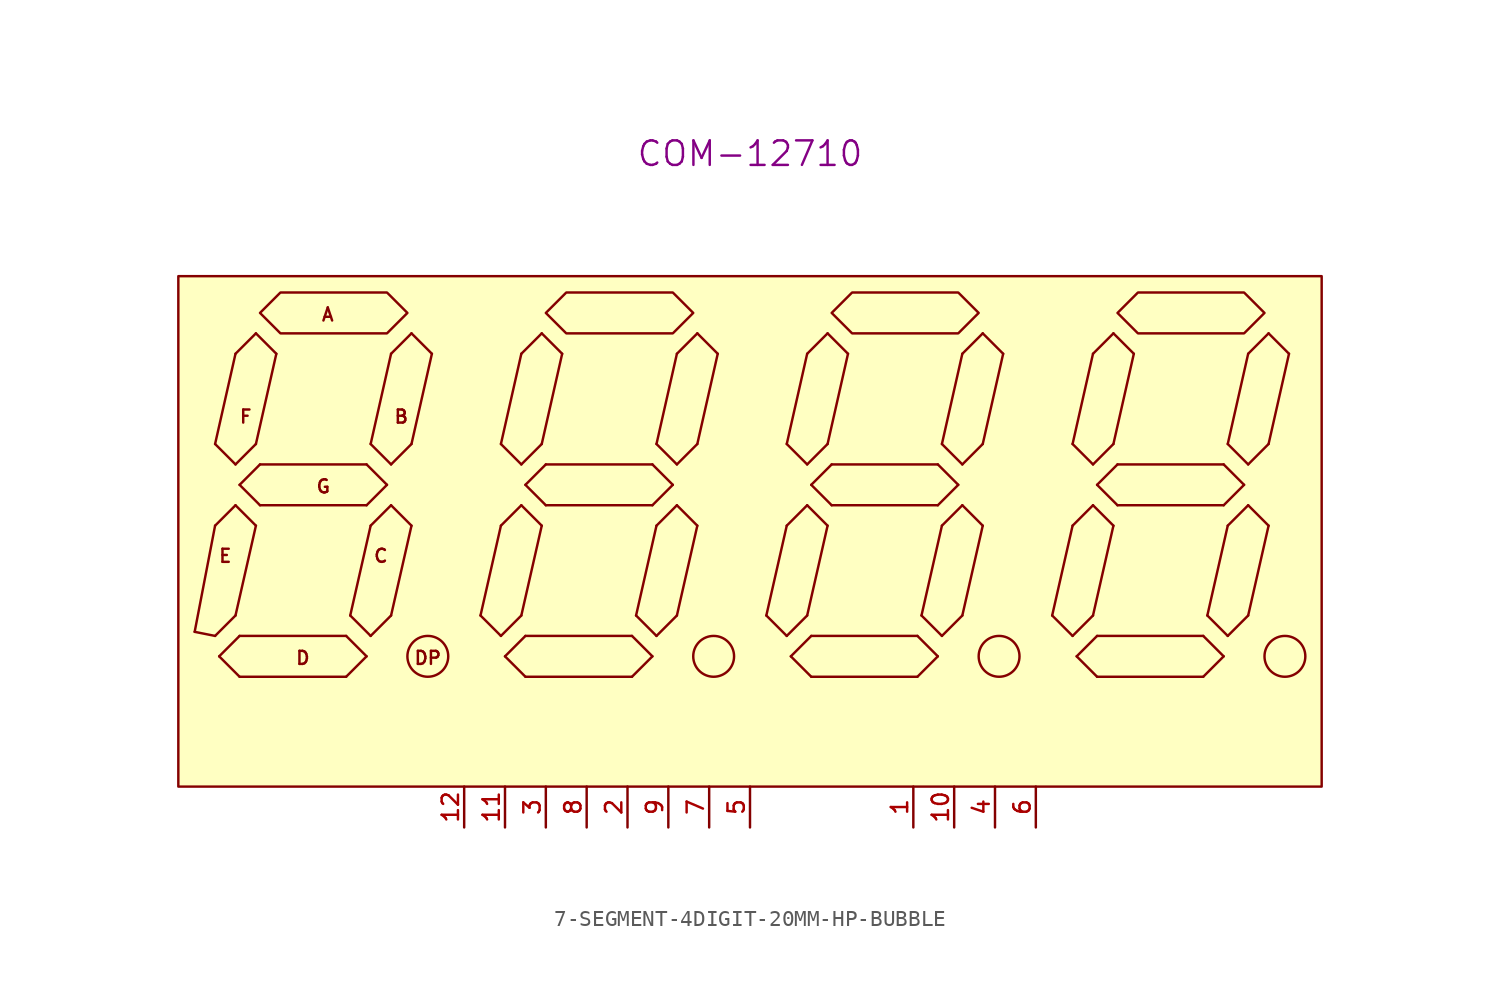
<source format=kicad_sym>
(kicad_symbol_lib
  (version 20211014)
  (generator kicad_symbol_editor)
  (symbol "7-SEGMENT-4DIGIT-20MM-HP-BUBBLE"
    (pin_names
      (offset 1.016) hide)
    (property "Reference" "DISP"
      (at 0 20.32 0)
      (effects (font (size 1.143 1.143)) hide))
    (property "Field4" "COM-12710"
      (at 0 24.13 0)
      (effects (font (size 1.524 1.524))))
    (property "ki_locked" ""
      (at 0 0 0)
      (effects (font (size 1.27 1.27))))
    (symbol "7-SEGMENT-4DIGIT-20MM-HP-BUBBLE_1_0"
      (polyline (pts (xy -34.544 -5.613) (xy -33.274 -5.867)) (stroke (width 0) (type default) (color 0 0 0 0)) (fill (type none)))
      (polyline (pts (xy -33.274 -5.867) (xy -32.004 -4.597)) (stroke (width 0) (type default) (color 0 0 0 0)) (fill (type none)))
      (polyline (pts (xy -33.274 0.991) (xy -34.544 -5.613)) (stroke (width 0) (type default) (color 0 0 0 0)) (fill (type none)))
      (polyline (pts (xy -33.274 6.071) (xy -32.004 4.801)) (stroke (width 0) (type default) (color 0 0 0 0)) (fill (type none)))
      (polyline (pts (xy -33.02 -7.137) (xy -31.75 -8.407)) (stroke (width 0) (type default) (color 0 0 0 0)) (fill (type none)))
      (polyline (pts (xy -33.02 -7.137) (xy -31.75 -5.867)) (stroke (width 0) (type default) (color 0 0 0 0)) (fill (type none)))
      (polyline (pts (xy -32.004 -4.597) (xy -30.734 0.991)) (stroke (width 0) (type default) (color 0 0 0 0)) (fill (type none)))
      (polyline (pts (xy -32.004 2.261) (xy -33.274 0.991)) (stroke (width 0) (type default) (color 0 0 0 0)) (fill (type none)))
      (polyline (pts (xy -32.004 2.261) (xy -30.734 0.991)) (stroke (width 0) (type default) (color 0 0 0 0)) (fill (type none)))
      (polyline (pts (xy -32.004 4.801) (xy -30.734 6.071)) (stroke (width 0) (type default) (color 0 0 0 0)) (fill (type none)))
      (polyline (pts (xy -32.004 11.684) (xy -33.274 6.071)) (stroke (width 0) (type default) (color 0 0 0 0)) (fill (type none)))
      (polyline (pts (xy -31.75 -8.407) (xy -25.121 -8.407)) (stroke (width 0) (type default) (color 0 0 0 0)) (fill (type none)))
      (polyline (pts (xy -31.75 3.531) (xy -30.48 2.261)) (stroke (width 0) (type default) (color 0 0 0 0)) (fill (type none)))
      (polyline (pts (xy -31.75 3.531) (xy -30.48 4.801)) (stroke (width 0) (type default) (color 0 0 0 0)) (fill (type none)))
      (polyline (pts (xy -30.734 6.071) (xy -29.464 11.684)) (stroke (width 0) (type default) (color 0 0 0 0)) (fill (type none)))
      (polyline (pts (xy -30.734 12.954) (xy -32.004 11.684)) (stroke (width 0) (type default) (color 0 0 0 0)) (fill (type none)))
      (polyline (pts (xy -30.734 12.954) (xy -29.464 11.684)) (stroke (width 0) (type default) (color 0 0 0 0)) (fill (type none)))
      (polyline (pts (xy -30.48 2.261) (xy -23.851 2.261)) (stroke (width 0) (type default) (color 0 0 0 0)) (fill (type none)))
      (polyline (pts (xy -25.121 -8.407) (xy -23.851 -7.137)) (stroke (width 0) (type default) (color 0 0 0 0)) (fill (type none)))
      (polyline (pts (xy -25.121 -5.867) (xy -31.75 -5.867)) (stroke (width 0) (type default) (color 0 0 0 0)) (fill (type none)))
      (polyline (pts (xy -24.867 -4.597) (xy -23.597 -5.867)) (stroke (width 0) (type default) (color 0 0 0 0)) (fill (type none)))
      (polyline (pts (xy -23.851 -7.137) (xy -25.121 -5.867)) (stroke (width 0) (type default) (color 0 0 0 0)) (fill (type none)))
      (polyline (pts (xy -23.851 2.261) (xy -22.581 3.531)) (stroke (width 0) (type default) (color 0 0 0 0)) (fill (type none)))
      (polyline (pts (xy -23.851 4.801) (xy -30.48 4.801)) (stroke (width 0) (type default) (color 0 0 0 0)) (fill (type none)))
      (polyline (pts (xy -23.597 -5.867) (xy -22.327 -4.597)) (stroke (width 0) (type default) (color 0 0 0 0)) (fill (type none)))
      (polyline (pts (xy -23.597 0.991) (xy -24.867 -4.597)) (stroke (width 0) (type default) (color 0 0 0 0)) (fill (type none)))
      (polyline (pts (xy -23.597 6.071) (xy -22.327 4.801)) (stroke (width 0) (type default) (color 0 0 0 0)) (fill (type none)))
      (polyline (pts (xy -22.581 3.531) (xy -23.851 4.801)) (stroke (width 0) (type default) (color 0 0 0 0)) (fill (type none)))
      (polyline (pts (xy -22.327 -4.597) (xy -21.057 0.991)) (stroke (width 0) (type default) (color 0 0 0 0)) (fill (type none)))
      (polyline (pts (xy -22.327 2.261) (xy -23.597 0.991)) (stroke (width 0) (type default) (color 0 0 0 0)) (fill (type none)))
      (polyline (pts (xy -22.327 2.261) (xy -21.057 0.991)) (stroke (width 0) (type default) (color 0 0 0 0)) (fill (type none)))
      (polyline (pts (xy -22.327 4.801) (xy -21.057 6.071)) (stroke (width 0) (type default) (color 0 0 0 0)) (fill (type none)))
      (polyline (pts (xy -22.327 11.684) (xy -23.597 6.071)) (stroke (width 0) (type default) (color 0 0 0 0)) (fill (type none)))
      (polyline (pts (xy -21.057 6.071) (xy -19.787 11.684)) (stroke (width 0) (type default) (color 0 0 0 0)) (fill (type none)))
      (polyline (pts (xy -21.057 12.954) (xy -22.327 11.684)) (stroke (width 0) (type default) (color 0 0 0 0)) (fill (type none)))
      (polyline (pts (xy -21.057 12.954) (xy -19.787 11.684)) (stroke (width 0) (type default) (color 0 0 0 0)) (fill (type none)))
      (polyline (pts (xy -16.764 -4.597) (xy -15.494 -5.867)) (stroke (width 0) (type default) (color 0 0 0 0)) (fill (type none)))
      (polyline (pts (xy -15.494 -5.867) (xy -14.224 -4.597)) (stroke (width 0) (type default) (color 0 0 0 0)) (fill (type none)))
      (polyline (pts (xy -15.494 0.991) (xy -16.764 -4.597)) (stroke (width 0) (type default) (color 0 0 0 0)) (fill (type none)))
      (polyline (pts (xy -15.494 6.071) (xy -14.224 4.801)) (stroke (width 0) (type default) (color 0 0 0 0)) (fill (type none)))
      (polyline (pts (xy -15.24 -7.137) (xy -13.97 -8.407)) (stroke (width 0) (type default) (color 0 0 0 0)) (fill (type none)))
      (polyline (pts (xy -15.24 -7.137) (xy -13.97 -5.867)) (stroke (width 0) (type default) (color 0 0 0 0)) (fill (type none)))
      (polyline (pts (xy -14.224 -4.597) (xy -12.954 0.991)) (stroke (width 0) (type default) (color 0 0 0 0)) (fill (type none)))
      (polyline (pts (xy -14.224 2.261) (xy -15.494 0.991)) (stroke (width 0) (type default) (color 0 0 0 0)) (fill (type none)))
      (polyline (pts (xy -14.224 2.261) (xy -12.954 0.991)) (stroke (width 0) (type default) (color 0 0 0 0)) (fill (type none)))
      (polyline (pts (xy -14.224 4.801) (xy -12.954 6.071)) (stroke (width 0) (type default) (color 0 0 0 0)) (fill (type none)))
      (polyline (pts (xy -14.224 11.684) (xy -15.494 6.071)) (stroke (width 0) (type default) (color 0 0 0 0)) (fill (type none)))
      (polyline (pts (xy -13.97 -8.407) (xy -7.341 -8.407)) (stroke (width 0) (type default) (color 0 0 0 0)) (fill (type none)))
      (polyline (pts (xy -13.97 3.531) (xy -12.7 2.261)) (stroke (width 0) (type default) (color 0 0 0 0)) (fill (type none)))
      (polyline (pts (xy -13.97 3.531) (xy -12.7 4.801)) (stroke (width 0) (type default) (color 0 0 0 0)) (fill (type none)))
      (polyline (pts (xy -12.954 6.071) (xy -11.684 11.684)) (stroke (width 0) (type default) (color 0 0 0 0)) (fill (type none)))
      (polyline (pts (xy -12.954 12.954) (xy -14.224 11.684)) (stroke (width 0) (type default) (color 0 0 0 0)) (fill (type none)))
      (polyline (pts (xy -12.954 12.954) (xy -11.684 11.684)) (stroke (width 0) (type default) (color 0 0 0 0)) (fill (type none)))
      (polyline (pts (xy -12.7 2.261) (xy -6.071 2.261)) (stroke (width 0) (type default) (color 0 0 0 0)) (fill (type none)))
      (polyline (pts (xy -7.341 -8.407) (xy -6.071 -7.137)) (stroke (width 0) (type default) (color 0 0 0 0)) (fill (type none)))
      (polyline (pts (xy -7.341 -5.867) (xy -13.97 -5.867)) (stroke (width 0) (type default) (color 0 0 0 0)) (fill (type none)))
      (polyline (pts (xy -7.087 -4.597) (xy -5.817 -5.867)) (stroke (width 0) (type default) (color 0 0 0 0)) (fill (type none)))
      (polyline (pts (xy -6.071 -7.137) (xy -7.341 -5.867)) (stroke (width 0) (type default) (color 0 0 0 0)) (fill (type none)))
      (polyline (pts (xy -6.071 2.261) (xy -4.801 3.531)) (stroke (width 0) (type default) (color 0 0 0 0)) (fill (type none)))
      (polyline (pts (xy -6.071 4.801) (xy -12.7 4.801)) (stroke (width 0) (type default) (color 0 0 0 0)) (fill (type none)))
      (polyline (pts (xy -5.817 -5.867) (xy -4.547 -4.597)) (stroke (width 0) (type default) (color 0 0 0 0)) (fill (type none)))
      (polyline (pts (xy -5.817 0.991) (xy -7.087 -4.597)) (stroke (width 0) (type default) (color 0 0 0 0)) (fill (type none)))
      (polyline (pts (xy -5.817 6.071) (xy -4.547 4.801)) (stroke (width 0) (type default) (color 0 0 0 0)) (fill (type none)))
      (polyline (pts (xy -4.801 3.531) (xy -6.071 4.801)) (stroke (width 0) (type default) (color 0 0 0 0)) (fill (type none)))
      (polyline (pts (xy -4.547 -4.597) (xy -3.277 0.991)) (stroke (width 0) (type default) (color 0 0 0 0)) (fill (type none)))
      (polyline (pts (xy -4.547 2.261) (xy -5.817 0.991)) (stroke (width 0) (type default) (color 0 0 0 0)) (fill (type none)))
      (polyline (pts (xy -4.547 2.261) (xy -3.277 0.991)) (stroke (width 0) (type default) (color 0 0 0 0)) (fill (type none)))
      (polyline (pts (xy -4.547 4.801) (xy -3.277 6.071)) (stroke (width 0) (type default) (color 0 0 0 0)) (fill (type none)))
      (polyline (pts (xy -4.547 11.684) (xy -5.817 6.071)) (stroke (width 0) (type default) (color 0 0 0 0)) (fill (type none)))
      (polyline (pts (xy -3.277 6.071) (xy -2.007 11.684)) (stroke (width 0) (type default) (color 0 0 0 0)) (fill (type none)))
      (polyline (pts (xy -3.277 12.954) (xy -4.547 11.684)) (stroke (width 0) (type default) (color 0 0 0 0)) (fill (type none)))
      (polyline (pts (xy -3.277 12.954) (xy -2.007 11.684)) (stroke (width 0) (type default) (color 0 0 0 0)) (fill (type none)))
      (polyline (pts (xy 1.016 -4.597) (xy 2.286 -5.867)) (stroke (width 0) (type default) (color 0 0 0 0)) (fill (type none)))
      (polyline (pts (xy 2.286 -5.867) (xy 3.556 -4.597)) (stroke (width 0) (type default) (color 0 0 0 0)) (fill (type none)))
      (polyline (pts (xy 2.286 0.991) (xy 1.016 -4.597)) (stroke (width 0) (type default) (color 0 0 0 0)) (fill (type none)))
      (polyline (pts (xy 2.286 6.071) (xy 3.556 4.801)) (stroke (width 0) (type default) (color 0 0 0 0)) (fill (type none)))
      (polyline (pts (xy 2.54 -7.137) (xy 3.81 -8.407)) (stroke (width 0) (type default) (color 0 0 0 0)) (fill (type none)))
      (polyline (pts (xy 2.54 -7.137) (xy 3.81 -5.867)) (stroke (width 0) (type default) (color 0 0 0 0)) (fill (type none)))
      (polyline (pts (xy 3.556 -4.597) (xy 4.826 0.991)) (stroke (width 0) (type default) (color 0 0 0 0)) (fill (type none)))
      (polyline (pts (xy 3.556 2.261) (xy 2.286 0.991)) (stroke (width 0) (type default) (color 0 0 0 0)) (fill (type none)))
      (polyline (pts (xy 3.556 2.261) (xy 4.826 0.991)) (stroke (width 0) (type default) (color 0 0 0 0)) (fill (type none)))
      (polyline (pts (xy 3.556 4.801) (xy 4.826 6.071)) (stroke (width 0) (type default) (color 0 0 0 0)) (fill (type none)))
      (polyline (pts (xy 3.556 11.684) (xy 2.286 6.071)) (stroke (width 0) (type default) (color 0 0 0 0)) (fill (type none)))
      (polyline (pts (xy 3.81 -8.407) (xy 10.414 -8.407)) (stroke (width 0) (type default) (color 0 0 0 0)) (fill (type none)))
      (polyline (pts (xy 3.81 3.531) (xy 5.08 2.261)) (stroke (width 0) (type default) (color 0 0 0 0)) (fill (type none)))
      (polyline (pts (xy 3.81 3.531) (xy 5.08 4.801)) (stroke (width 0) (type default) (color 0 0 0 0)) (fill (type none)))
      (polyline (pts (xy 4.826 6.071) (xy 6.096 11.684)) (stroke (width 0) (type default) (color 0 0 0 0)) (fill (type none)))
      (polyline (pts (xy 4.826 12.954) (xy 3.556 11.684)) (stroke (width 0) (type default) (color 0 0 0 0)) (fill (type none)))
      (polyline (pts (xy 4.826 12.954) (xy 6.096 11.684)) (stroke (width 0) (type default) (color 0 0 0 0)) (fill (type none)))
      (polyline (pts (xy 5.08 2.261) (xy 11.684 2.261)) (stroke (width 0) (type default) (color 0 0 0 0)) (fill (type none)))
      (polyline (pts (xy 10.414 -8.407) (xy 11.684 -7.137)) (stroke (width 0) (type default) (color 0 0 0 0)) (fill (type none)))
      (polyline (pts (xy 10.414 -5.867) (xy 3.81 -5.867)) (stroke (width 0) (type default) (color 0 0 0 0)) (fill (type none)))
      (polyline (pts (xy 10.668 -4.597) (xy 11.938 -5.867)) (stroke (width 0) (type default) (color 0 0 0 0)) (fill (type none)))
      (polyline (pts (xy 11.684 -7.137) (xy 10.414 -5.867)) (stroke (width 0) (type default) (color 0 0 0 0)) (fill (type none)))
      (polyline (pts (xy 11.684 2.261) (xy 12.954 3.531)) (stroke (width 0) (type default) (color 0 0 0 0)) (fill (type none)))
      (polyline (pts (xy 11.684 4.801) (xy 5.08 4.801)) (stroke (width 0) (type default) (color 0 0 0 0)) (fill (type none)))
      (polyline (pts (xy 11.938 -5.867) (xy 13.208 -4.597)) (stroke (width 0) (type default) (color 0 0 0 0)) (fill (type none)))
      (polyline (pts (xy 11.938 0.991) (xy 10.668 -4.597)) (stroke (width 0) (type default) (color 0 0 0 0)) (fill (type none)))
      (polyline (pts (xy 11.938 6.071) (xy 13.208 4.801)) (stroke (width 0) (type default) (color 0 0 0 0)) (fill (type none)))
      (polyline (pts (xy 12.954 3.531) (xy 11.684 4.801)) (stroke (width 0) (type default) (color 0 0 0 0)) (fill (type none)))
      (polyline (pts (xy 13.208 -4.597) (xy 14.478 0.991)) (stroke (width 0) (type default) (color 0 0 0 0)) (fill (type none)))
      (polyline (pts (xy 13.208 2.261) (xy 11.938 0.991)) (stroke (width 0) (type default) (color 0 0 0 0)) (fill (type none)))
      (polyline (pts (xy 13.208 2.261) (xy 14.478 0.991)) (stroke (width 0) (type default) (color 0 0 0 0)) (fill (type none)))
      (polyline (pts (xy 13.208 4.801) (xy 14.478 6.071)) (stroke (width 0) (type default) (color 0 0 0 0)) (fill (type none)))
      (polyline (pts (xy 13.208 11.684) (xy 11.938 6.071)) (stroke (width 0) (type default) (color 0 0 0 0)) (fill (type none)))
      (polyline (pts (xy 14.478 6.071) (xy 15.748 11.684)) (stroke (width 0) (type default) (color 0 0 0 0)) (fill (type none)))
      (polyline (pts (xy 14.478 12.954) (xy 13.208 11.684)) (stroke (width 0) (type default) (color 0 0 0 0)) (fill (type none)))
      (polyline (pts (xy 14.478 12.954) (xy 15.748 11.684)) (stroke (width 0) (type default) (color 0 0 0 0)) (fill (type none)))
      (polyline (pts (xy 18.796 -4.597) (xy 20.066 -5.867)) (stroke (width 0) (type default) (color 0 0 0 0)) (fill (type none)))
      (polyline (pts (xy 20.066 -5.867) (xy 21.336 -4.597)) (stroke (width 0) (type default) (color 0 0 0 0)) (fill (type none)))
      (polyline (pts (xy 20.066 0.991) (xy 18.796 -4.597)) (stroke (width 0) (type default) (color 0 0 0 0)) (fill (type none)))
      (polyline (pts (xy 20.066 6.071) (xy 21.336 4.801)) (stroke (width 0) (type default) (color 0 0 0 0)) (fill (type none)))
      (polyline (pts (xy 20.32 -7.137) (xy 21.59 -8.407)) (stroke (width 0) (type default) (color 0 0 0 0)) (fill (type none)))
      (polyline (pts (xy 20.32 -7.137) (xy 21.59 -5.867)) (stroke (width 0) (type default) (color 0 0 0 0)) (fill (type none)))
      (polyline (pts (xy 21.336 -4.597) (xy 22.606 0.991)) (stroke (width 0) (type default) (color 0 0 0 0)) (fill (type none)))
      (polyline (pts (xy 21.336 2.261) (xy 20.066 0.991)) (stroke (width 0) (type default) (color 0 0 0 0)) (fill (type none)))
      (polyline (pts (xy 21.336 2.261) (xy 22.606 0.991)) (stroke (width 0) (type default) (color 0 0 0 0)) (fill (type none)))
      (polyline (pts (xy 21.336 4.801) (xy 22.606 6.071)) (stroke (width 0) (type default) (color 0 0 0 0)) (fill (type none)))
      (polyline (pts (xy 21.336 11.684) (xy 20.066 6.071)) (stroke (width 0) (type default) (color 0 0 0 0)) (fill (type none)))
      (polyline (pts (xy 21.59 -8.407) (xy 28.194 -8.407)) (stroke (width 0) (type default) (color 0 0 0 0)) (fill (type none)))
      (polyline (pts (xy 21.59 3.531) (xy 22.86 2.261)) (stroke (width 0) (type default) (color 0 0 0 0)) (fill (type none)))
      (polyline (pts (xy 21.59 3.531) (xy 22.86 4.801)) (stroke (width 0) (type default) (color 0 0 0 0)) (fill (type none)))
      (polyline (pts (xy 22.606 6.071) (xy 23.876 11.684)) (stroke (width 0) (type default) (color 0 0 0 0)) (fill (type none)))
      (polyline (pts (xy 22.606 12.954) (xy 21.336 11.684)) (stroke (width 0) (type default) (color 0 0 0 0)) (fill (type none)))
      (polyline (pts (xy 22.606 12.954) (xy 23.876 11.684)) (stroke (width 0) (type default) (color 0 0 0 0)) (fill (type none)))
      (polyline (pts (xy 22.86 2.261) (xy 29.464 2.261)) (stroke (width 0) (type default) (color 0 0 0 0)) (fill (type none)))
      (polyline (pts (xy 28.194 -8.407) (xy 29.464 -7.137)) (stroke (width 0) (type default) (color 0 0 0 0)) (fill (type none)))
      (polyline (pts (xy 28.194 -5.867) (xy 21.59 -5.867)) (stroke (width 0) (type default) (color 0 0 0 0)) (fill (type none)))
      (polyline (pts (xy 28.448 -4.597) (xy 29.718 -5.867)) (stroke (width 0) (type default) (color 0 0 0 0)) (fill (type none)))
      (polyline (pts (xy 29.464 -7.137) (xy 28.194 -5.867)) (stroke (width 0) (type default) (color 0 0 0 0)) (fill (type none)))
      (polyline (pts (xy 29.464 2.261) (xy 30.734 3.531)) (stroke (width 0) (type default) (color 0 0 0 0)) (fill (type none)))
      (polyline (pts (xy 29.464 4.801) (xy 22.86 4.801)) (stroke (width 0) (type default) (color 0 0 0 0)) (fill (type none)))
      (polyline (pts (xy 29.718 -5.867) (xy 30.988 -4.597)) (stroke (width 0) (type default) (color 0 0 0 0)) (fill (type none)))
      (polyline (pts (xy 29.718 0.991) (xy 28.448 -4.597)) (stroke (width 0) (type default) (color 0 0 0 0)) (fill (type none)))
      (polyline (pts (xy 29.718 6.071) (xy 30.988 4.801)) (stroke (width 0) (type default) (color 0 0 0 0)) (fill (type none)))
      (polyline (pts (xy 30.734 3.531) (xy 29.464 4.801)) (stroke (width 0) (type default) (color 0 0 0 0)) (fill (type none)))
      (polyline (pts (xy 30.988 -4.597) (xy 32.258 0.991)) (stroke (width 0) (type default) (color 0 0 0 0)) (fill (type none)))
      (polyline (pts (xy 30.988 2.261) (xy 29.718 0.991)) (stroke (width 0) (type default) (color 0 0 0 0)) (fill (type none)))
      (polyline (pts (xy 30.988 2.261) (xy 32.258 0.991)) (stroke (width 0) (type default) (color 0 0 0 0)) (fill (type none)))
      (polyline (pts (xy 30.988 4.801) (xy 32.258 6.071)) (stroke (width 0) (type default) (color 0 0 0 0)) (fill (type none)))
      (polyline (pts (xy 30.988 11.684) (xy 29.718 6.071)) (stroke (width 0) (type default) (color 0 0 0 0)) (fill (type none)))
      (polyline (pts (xy 32.258 6.071) (xy 33.528 11.684)) (stroke (width 0) (type default) (color 0 0 0 0)) (fill (type none)))
      (polyline (pts (xy 32.258 12.954) (xy 30.988 11.684)) (stroke (width 0) (type default) (color 0 0 0 0)) (fill (type none)))
      (polyline (pts (xy 32.258 12.954) (xy 33.528 11.684)) (stroke (width 0) (type default) (color 0 0 0 0)) (fill (type none)))
      (text "A" (at -26.264 14.122 0) (effects (font (size 0.813 0.813))))
      (text "B" (at -21.692 7.772 0) (effects (font (size 0.813 0.813))))
      (text "C" (at -22.962 -0.889 0) (effects (font (size 0.813 0.813))))
      (text "D" (at -27.813 -7.239 0) (effects (font (size 0.813 0.813))))
      (text "DP" (at -20.041 -7.239 0) (effects (font (size 0.813 0.813))))
      (text "E" (at -32.639 -0.889 0) (effects (font (size 0.813 0.813))))
      (text "F" (at -31.369 7.772 0) (effects (font (size 0.813 0.813))))
      (text "G" (at -26.543 3.429 0) (effects (font (size 0.813 0.813)))))
    (symbol "7-SEGMENT-4DIGIT-20MM-HP-BUBBLE_1_1"
      (circle (center -20.041 -7.137) (radius 1.27) (stroke (width 0) (type default) (color 0 0 0 0)) (fill (type none)))
      (circle (center -2.261 -7.137) (radius 1.27) (stroke (width 0) (type default) (color 0 0 0 0)) (fill (type none)))
      (polyline (pts (xy -35.56 16.51) (xy 35.56 16.51) (xy 35.56 -15.24) (xy -35.56 -15.24) (xy -35.56 16.51)) (stroke (width 0) (type default) (color 0 0 0 0)) (fill (type background)))
      (polyline (pts (xy -22.581 15.494) (xy -21.311 14.224) (xy -22.581 12.954) (xy -29.21 12.954) (xy -30.48 14.224) (xy -29.21 15.494) (xy -22.581 15.494)) (stroke (width 0) (type default) (color 0 0 0 0)) (fill (type background)))
      (polyline (pts (xy -4.801 15.494) (xy -3.531 14.224) (xy -4.801 12.954) (xy -11.43 12.954) (xy -12.7 14.224) (xy -11.43 15.494) (xy -4.801 15.494)) (stroke (width 0) (type default) (color 0 0 0 0)) (fill (type background)))
      (polyline (pts (xy 12.954 15.494) (xy 14.224 14.224) (xy 12.954 12.954) (xy 6.35 12.954) (xy 5.08 14.224) (xy 6.35 15.494) (xy 12.954 15.494)) (stroke (width 0) (type default) (color 0 0 0 0)) (fill (type background)))
      (polyline (pts (xy 30.734 15.494) (xy 32.004 14.224) (xy 30.734 12.954) (xy 24.13 12.954) (xy 22.86 14.224) (xy 24.13 15.494) (xy 30.734 15.494)) (stroke (width 0) (type default) (color 0 0 0 0)) (fill (type background)))
      (circle (center 15.494 -7.137) (radius 1.27) (stroke (width 0) (type default) (color 0 0 0 0)) (fill (type none)))
      (circle (center 33.274 -7.137) (radius 1.27) (stroke (width 0) (type default) (color 0 0 0 0)) (fill (type none)))
      (pin bidirectional line (at 10.16 -17.78 90) (length 2.54) (name "D1" (effects (font (size 1.016 1.016)))) (number "1" (effects (font (size 1.016 1.016)))))
      (pin bidirectional line (at 12.7 -17.78 90) (length 2.54) (name "D2" (effects (font (size 1.016 1.016)))) (number "10" (effects (font (size 1.016 1.016)))))
      (pin bidirectional line (at -15.24 -17.78 90) (length 2.54) (name "B" (effects (font (size 1.016 1.016)))) (number "11" (effects (font (size 1.016 1.016)))))
      (pin bidirectional line (at -17.78 -17.78 90) (length 2.54) (name "A" (effects (font (size 1.016 1.016)))) (number "12" (effects (font (size 1.016 1.016)))))
      (pin bidirectional line (at -7.62 -17.78 90) (length 2.54) (name "E" (effects (font (size 1.016 1.016)))) (number "2" (effects (font (size 1.016 1.016)))))
      (pin bidirectional line (at -12.7 -17.78 90) (length 2.54) (name "C" (effects (font (size 1.016 1.016)))) (number "3" (effects (font (size 1.016 1.016)))))
      (pin bidirectional line (at 15.24 -17.78 90) (length 2.54) (name "D3" (effects (font (size 1.016 1.016)))) (number "4" (effects (font (size 1.016 1.016)))))
      (pin bidirectional line (at 0 -17.78 90) (length 2.54) (name "DP" (effects (font (size 1.016 1.016)))) (number "5" (effects (font (size 1.016 1.016)))))
      (pin bidirectional line (at 17.78 -17.78 90) (length 2.54) (name "D4" (effects (font (size 1.016 1.016)))) (number "6" (effects (font (size 1.016 1.016)))))
      (pin bidirectional line (at -2.54 -17.78 90) (length 2.54) (name "G" (effects (font (size 1.016 1.016)))) (number "7" (effects (font (size 1.016 1.016)))))
      (pin bidirectional line (at -10.16 -17.78 90) (length 2.54) (name "D" (effects (font (size 1.016 1.016)))) (number "8" (effects (font (size 1.016 1.016)))))
      (pin bidirectional line (at -5.08 -17.78 90) (length 2.54) (name "F" (effects (font (size 1.016 1.016)))) (number "9" (effects (font (size 1.016 1.016))))))))
</source>
